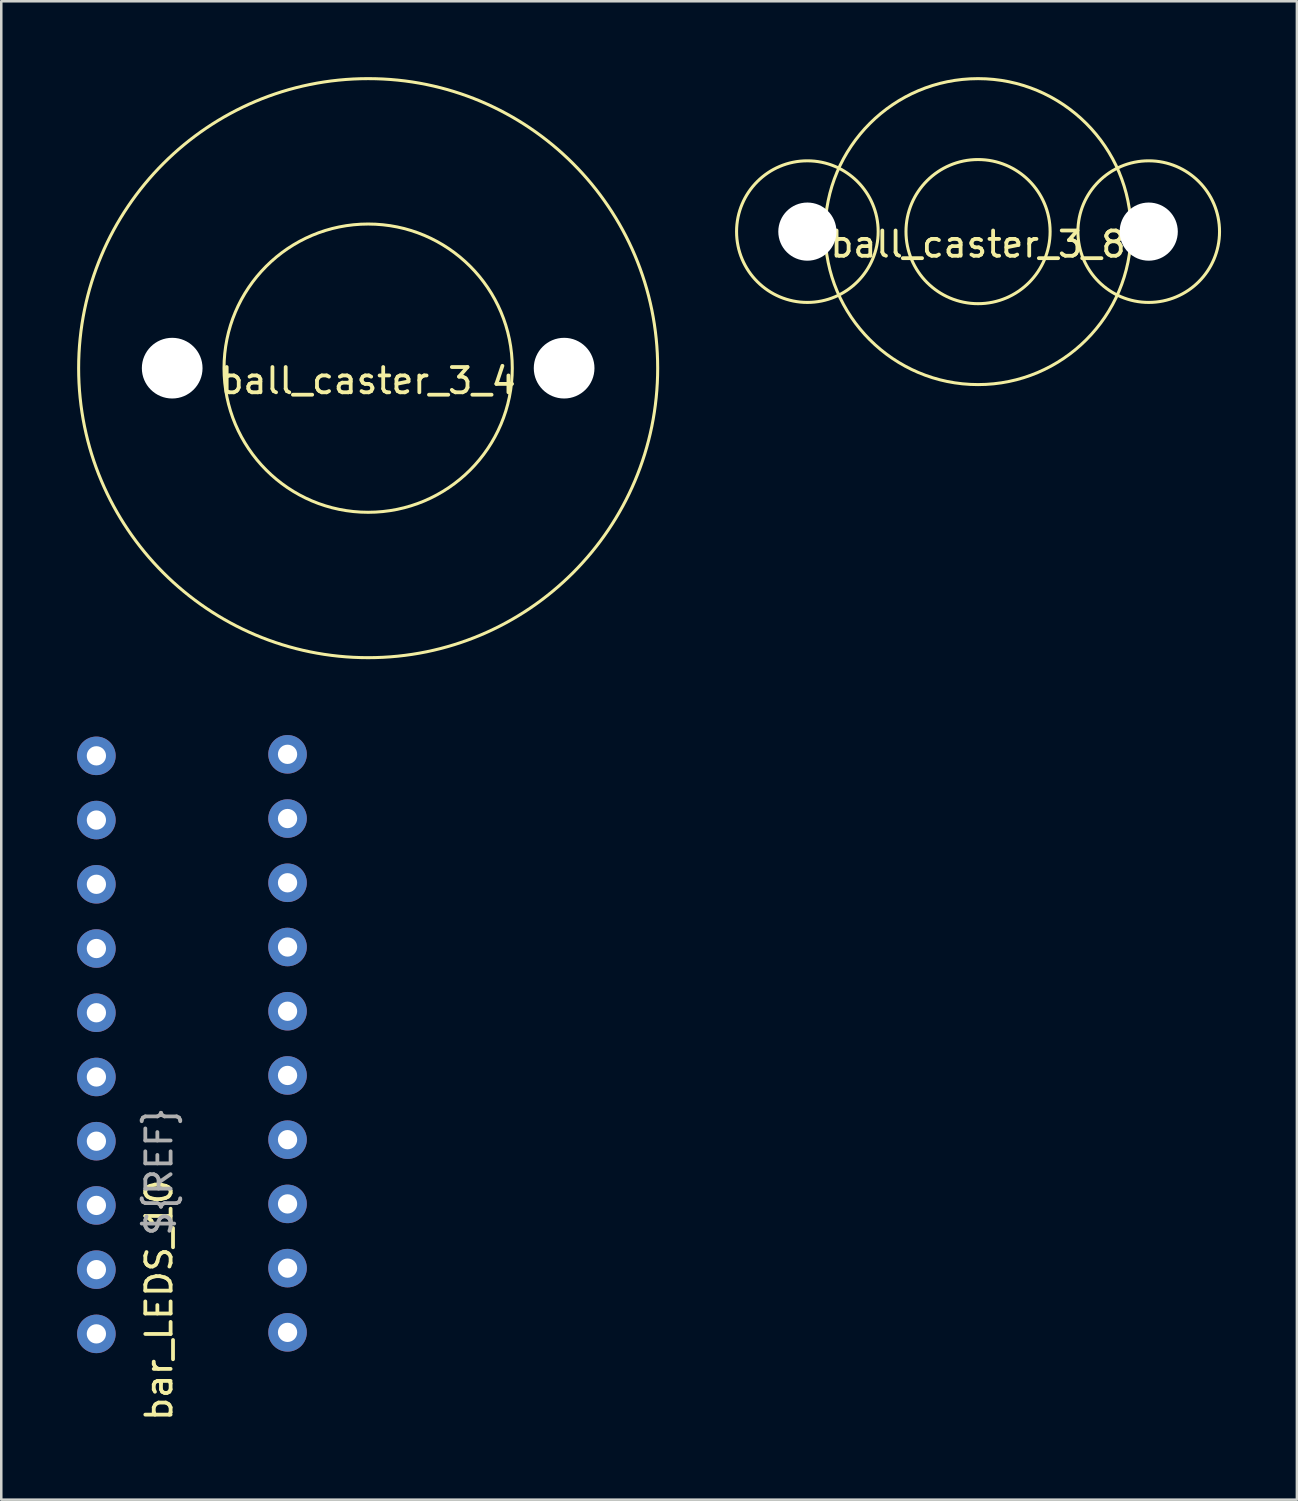
<source format=kicad_pcb>
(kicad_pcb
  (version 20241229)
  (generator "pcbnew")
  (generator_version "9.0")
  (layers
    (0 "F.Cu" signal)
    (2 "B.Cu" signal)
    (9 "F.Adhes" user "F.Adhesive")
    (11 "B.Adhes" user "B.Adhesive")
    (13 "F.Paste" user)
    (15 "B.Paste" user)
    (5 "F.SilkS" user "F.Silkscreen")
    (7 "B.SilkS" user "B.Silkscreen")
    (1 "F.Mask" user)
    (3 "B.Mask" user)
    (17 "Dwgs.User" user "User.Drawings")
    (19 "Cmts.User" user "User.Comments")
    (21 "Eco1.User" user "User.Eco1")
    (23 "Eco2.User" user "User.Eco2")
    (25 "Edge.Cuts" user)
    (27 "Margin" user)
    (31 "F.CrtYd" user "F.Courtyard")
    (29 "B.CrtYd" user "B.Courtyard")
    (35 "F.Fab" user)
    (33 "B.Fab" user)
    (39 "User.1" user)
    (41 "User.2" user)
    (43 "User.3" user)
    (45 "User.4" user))
  (footprint "bar_LEDS_10"
    (layer "F.Cu")
    (at 4.512 38.212)
    (property "Reference" "bar_LEDS_10" (at -1.27 10.16 90) (unlocked yes) (layer "F.SilkS") (effects (font (size 1 1) (thickness 0.15))))
    (attr through_hole)
    (fp_text user "${REF}" (at -1.27 5.08 90) (unlocked yes) (layer "F.Fab") (effects (font (size 1 1) (thickness 0.15))))
    (pad "1" thru_hole circle (at -3.75 -11.37 90) (size 1.524 1.524) (drill 0.762) (layers "*.Cu" "*.Mask"))
    (pad "2" thru_hole circle (at -3.75 -8.83 90) (size 1.524 1.524) (drill 0.762) (layers "*.Cu" "*.Mask"))
    (pad "3" thru_hole circle (at -3.75 -6.29 90) (size 1.524 1.524) (drill 0.762) (layers "*.Cu" "*.Mask"))
    (pad "4" thru_hole circle (at -3.75 -3.75 90) (size 1.524 1.524) (drill 0.762) (layers "*.Cu" "*.Mask"))
    (pad "5" thru_hole circle (at -3.75 -1.21 90) (size 1.524 1.524) (drill 0.762) (layers "*.Cu" "*.Mask"))
    (pad "6" thru_hole circle (at -3.75 1.33 90) (size 1.524 1.524) (drill 0.762) (layers "*.Cu" "*.Mask"))
    (pad "7" thru_hole circle (at -3.75 3.87 90) (size 1.524 1.524) (drill 0.762) (layers "*.Cu" "*.Mask"))
    (pad "8" thru_hole circle (at -3.75 6.41 90) (size 1.524 1.524) (drill 0.762) (layers "*.Cu" "*.Mask"))
    (pad "9" thru_hole circle (at -3.75 8.95 90) (size 1.524 1.524) (drill 0.762) (layers "*.Cu" "*.Mask"))
    (pad "10" thru_hole circle (at -3.75 11.49 90) (size 1.524 1.524) (drill 0.762) (layers "*.Cu" "*.Mask"))
    (pad "11" thru_hole circle (at 3.81 11.43 270) (size 1.524 1.524) (drill 0.762) (layers "*.Cu" "*.Mask"))
    (pad "12" thru_hole circle (at 3.81 8.89 270) (size 1.524 1.524) (drill 0.762) (layers "*.Cu" "*.Mask"))
    (pad "13" thru_hole circle (at 3.81 6.35 270) (size 1.524 1.524) (drill 0.762) (layers "*.Cu" "*.Mask"))
    (pad "14" thru_hole circle (at 3.81 3.81 270) (size 1.524 1.524) (drill 0.762) (layers "*.Cu" "*.Mask"))
    (pad "15" thru_hole circle (at 3.81 1.27 270) (size 1.524 1.524) (drill 0.762) (layers "*.Cu" "*.Mask"))
    (pad "16" thru_hole circle (at 3.81 -1.27 270) (size 1.524 1.524) (drill 0.762) (layers "*.Cu" "*.Mask"))
    (pad "17" thru_hole circle (at 3.81 -3.81 270) (size 1.524 1.524) (drill 0.762) (layers "*.Cu" "*.Mask"))
    (pad "18" thru_hole circle (at 3.81 -6.35 270) (size 1.524 1.524) (drill 0.762) (layers "*.Cu" "*.Mask"))
    (pad "19" thru_hole circle (at 3.81 -8.89 270) (size 1.524 1.524) (drill 0.762) (layers "*.Cu" "*.Mask"))
    (pad "20" thru_hole circle (at 3.81 -11.43 270) (size 1.524 1.524) (drill 0.762) (layers "*.Cu" "*.Mask")))
  (footprint "ball_caster_3_4"
    (layer "F.Cu")
    (at 11.51 11.51)
    (property "Reference" "ball_caster_3_4" (at 0 0.5 0) (layer "F.SilkS") (effects (font (size 1 1) (thickness 0.15))))
    (attr through_hole)
    (fp_circle (center 0 0) (end 5.7 0) (stroke (width 0.12) (type solid)) (fill no) (layer "F.SilkS"))
    (fp_circle (center 0 0) (end 11.45 0) (stroke (width 0.12) (type solid)) (fill no) (layer "F.SilkS"))
    (pad "" np_thru_hole circle (at -7.75 0) (size 2.4 2.4) (drill 2.4) (layers "*.Cu" "*.Mask"))
    (pad "" np_thru_hole circle (at 7.75 0) (size 2.4 2.4) (drill 2.4) (layers "*.Cu" "*.Mask")))
  (footprint "ball_caster_3_8"
    (layer "F.Cu")
    (at 35.63 6.11)
    (property "Reference" "ball_caster_3_8" (at 0 0.5 0) (layer "F.SilkS") (effects (font (size 1 1) (thickness 0.15))))
    (attr through_hole)
    (fp_circle (center -6.75 0) (end -3.95 0) (stroke (width 0.12) (type solid)) (fill no) (layer "F.SilkS"))
    (fp_circle (center 0 0) (end 2.85 0) (stroke (width 0.12) (type solid)) (fill no) (layer "F.SilkS"))
    (fp_circle (center 0 0) (end 6.05 0) (stroke (width 0.12) (type solid)) (fill no) (layer "F.SilkS"))
    (fp_circle (center 6.75 0) (end 9.55 0) (stroke (width 0.12) (type solid)) (fill no) (layer "F.SilkS"))
    (pad "" np_thru_hole circle (at -6.75 0) (size 2.3 2.3) (drill 2.3) (layers "*.Cu" "*.Mask"))
    (pad "" np_thru_hole circle (at 6.75 0) (size 2.3 2.3) (drill 2.3) (layers "*.Cu" "*.Mask")))
  (gr_rect
    (start -3 -3)
    (end 48.24 56.259)
    (stroke (width 0.1) (type default))
    (fill no)
    (layer "Edge.Cuts")))
</source>
